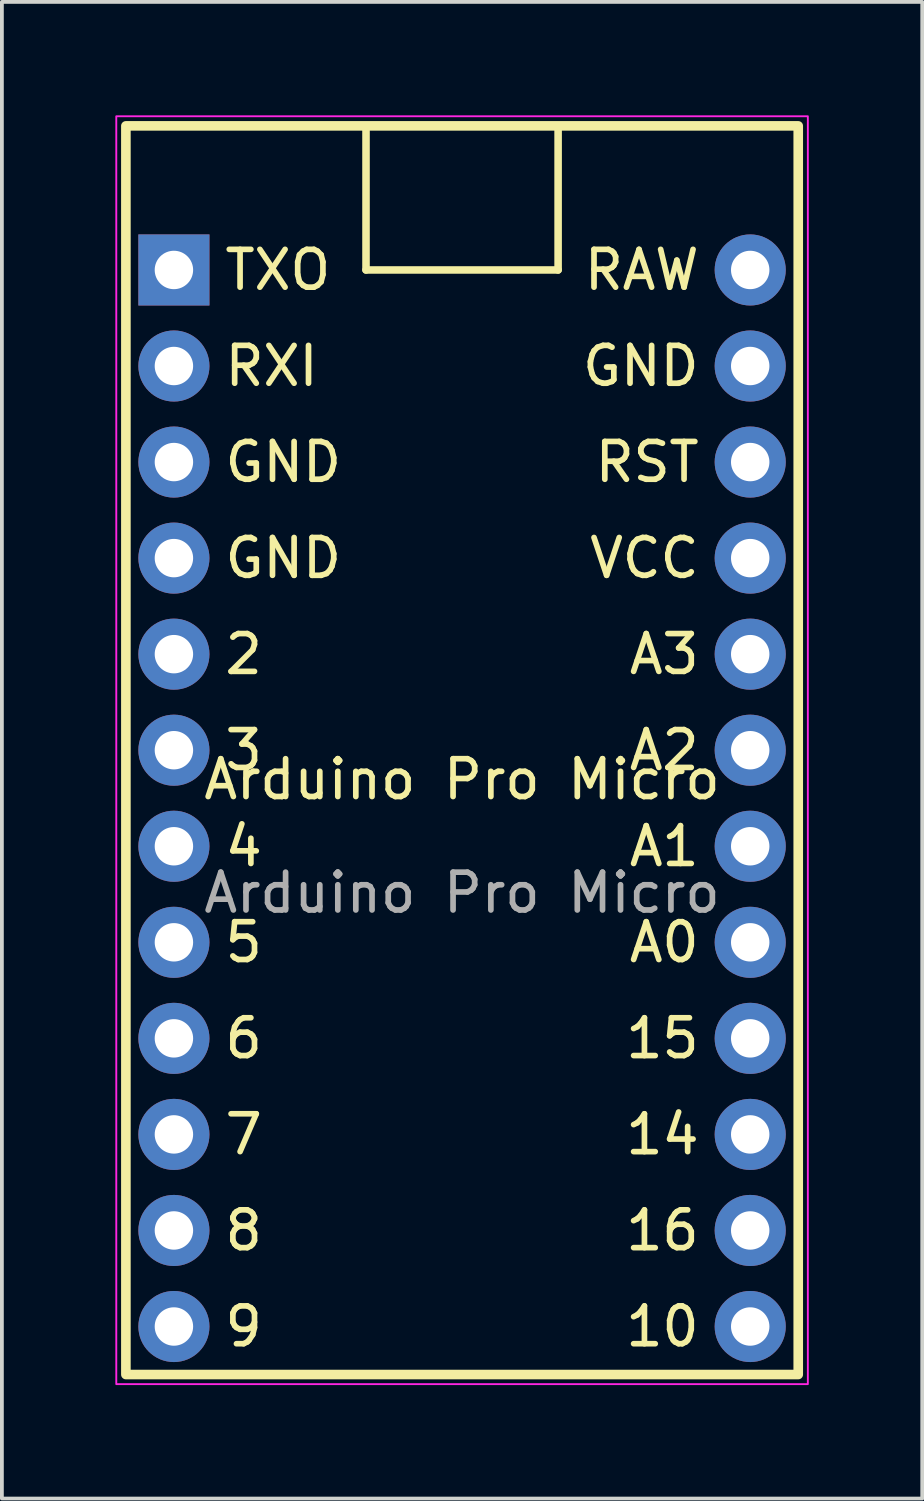
<source format=kicad_pcb>
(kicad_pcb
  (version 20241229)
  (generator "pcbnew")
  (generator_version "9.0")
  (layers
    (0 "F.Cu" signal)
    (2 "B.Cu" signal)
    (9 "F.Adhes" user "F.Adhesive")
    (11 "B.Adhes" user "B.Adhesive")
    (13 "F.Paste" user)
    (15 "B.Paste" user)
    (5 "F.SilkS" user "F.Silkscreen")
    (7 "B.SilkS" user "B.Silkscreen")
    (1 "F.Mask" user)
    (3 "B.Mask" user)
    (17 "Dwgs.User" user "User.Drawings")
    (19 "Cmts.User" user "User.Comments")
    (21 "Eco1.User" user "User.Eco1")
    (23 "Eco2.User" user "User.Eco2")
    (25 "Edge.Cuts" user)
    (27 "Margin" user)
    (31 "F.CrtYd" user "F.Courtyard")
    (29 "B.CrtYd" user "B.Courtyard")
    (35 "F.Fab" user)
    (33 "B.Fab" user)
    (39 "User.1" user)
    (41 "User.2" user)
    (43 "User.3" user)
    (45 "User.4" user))
  (footprint "Arduino Pro Micro"
    (layer "F.Cu")
    (at 9.169 18.059)
    (property "Reference" "Arduino Pro Micro" (at 0 -0.5 0) (unlocked yes) (layer "F.SilkS") (effects (font (size 1 1) (thickness 0.15))))
    (attr through_hole)
    (fp_line (start -2.54 -17.78) (end -2.54 -13.97) (stroke (width 0.2) (type solid)) (layer "F.SilkS"))
    (fp_line (start -2.54 -13.97) (end 2.54 -13.97) (stroke (width 0.2) (type solid)) (layer "F.SilkS"))
    (fp_line (start 2.54 -13.97) (end 2.54 -17.78) (stroke (width 0.2) (type solid)) (layer "F.SilkS"))
    (fp_rect (start -8.89 -17.78) (end 8.89 15.24) (stroke (width 0.254) (type solid)) (fill no) (layer "F.SilkS"))
    (fp_rect (start -9.144 -18.034) (end 9.144 15.494) (stroke (width 0.05) (type solid)) (fill no) (layer "F.CrtYd"))
    (fp_text user "5" (at -6.35 3.81 0) (unlocked yes) (layer "F.SilkS") (effects (font (size 1 1) (thickness 0.15)) (justify left)))
    (fp_text user "10" (at 6.35 13.97 0) (unlocked yes) (layer "F.SilkS") (effects (font (size 1 1) (thickness 0.15)) (justify right)))
    (fp_text user "16" (at 6.35 11.43 0) (unlocked yes) (layer "F.SilkS") (effects (font (size 1 1) (thickness 0.15)) (justify right)))
    (fp_text user "GND" (at -6.35 -8.89 0) (unlocked yes) (layer "F.SilkS") (effects (font (size 1 1) (thickness 0.15)) (justify left)))
    (fp_text user "A1" (at 6.35 1.27 0) (unlocked yes) (layer "F.SilkS") (effects (font (size 1 1) (thickness 0.15)) (justify right)))
    (fp_text user "4" (at -6.35 1.27 0) (unlocked yes) (layer "F.SilkS") (effects (font (size 1 1) (thickness 0.15)) (justify left)))
    (fp_text user "A3" (at 6.35 -3.81 0) (unlocked yes) (layer "F.SilkS") (effects (font (size 1 1) (thickness 0.15)) (justify right)))
    (fp_text user "15" (at 6.35 6.35 0) (unlocked yes) (layer "F.SilkS") (effects (font (size 1 1) (thickness 0.15)) (justify right)))
    (fp_text user "RXI" (at -6.35 -11.43 0) (unlocked yes) (layer "F.SilkS") (effects (font (size 1 1) (thickness 0.15)) (justify left)))
    (fp_text user "TXO" (at -6.35 -13.97 0) (unlocked yes) (layer "F.SilkS") (effects (font (size 1 1) (thickness 0.15)) (justify left)))
    (fp_text user "7" (at -6.35 8.89 0) (unlocked yes) (layer "F.SilkS") (effects (font (size 1 1) (thickness 0.15)) (justify left)))
    (fp_text user "GND" (at -6.35 -6.35 0) (unlocked yes) (layer "F.SilkS") (effects (font (size 1 1) (thickness 0.15)) (justify left)))
    (fp_text user "A0" (at 6.35 3.81 0) (unlocked yes) (layer "F.SilkS") (effects (font (size 1 1) (thickness 0.15)) (justify right)))
    (fp_text user "RAW" (at 6.35 -13.97 0) (unlocked yes) (layer "F.SilkS") (effects (font (size 1 1) (thickness 0.15)) (justify right)))
    (fp_text user "RST" (at 6.35 -8.89 0) (unlocked yes) (layer "F.SilkS") (effects (font (size 1 1) (thickness 0.15)) (justify right)))
    (fp_text user "3" (at -6.35 -1.27 0) (unlocked yes) (layer "F.SilkS") (effects (font (size 1 1) (thickness 0.15)) (justify left)))
    (fp_text user "A2" (at 6.35 -1.27 0) (unlocked yes) (layer "F.SilkS") (effects (font (size 1 1) (thickness 0.15)) (justify right)))
    (fp_text user "2" (at -6.35 -3.81 0) (unlocked yes) (layer "F.SilkS") (effects (font (size 1 1) (thickness 0.15)) (justify left)))
    (fp_text user "6" (at -6.35 6.35 0) (unlocked yes) (layer "F.SilkS") (effects (font (size 1 1) (thickness 0.15)) (justify left)))
    (fp_text user "14" (at 6.35 8.89 0) (unlocked yes) (layer "F.SilkS") (effects (font (size 1 1) (thickness 0.15)) (justify right)))
    (fp_text user "VCC" (at 6.35 -6.35 0) (unlocked yes) (layer "F.SilkS") (effects (font (size 1 1) (thickness 0.15)) (justify right)))
    (fp_text user "GND" (at 6.35 -11.43 0) (unlocked yes) (layer "F.SilkS") (effects (font (size 1 1) (thickness 0.15)) (justify right)))
    (fp_text user "8" (at -6.35 11.43 0) (unlocked yes) (layer "F.SilkS") (effects (font (size 1 1) (thickness 0.15)) (justify left)))
    (fp_text user "9" (at -6.35 13.97 0) (unlocked yes) (layer "F.SilkS") (effects (font (size 1 1) (thickness 0.15)) (justify left)))
    (fp_text user "${REFERENCE}" (at 0 2.5 0) (unlocked yes) (layer "F.Fab") (effects (font (size 1 1) (thickness 0.15))))
    (pad "1" thru_hole rect (at -7.62 -13.97) (size 1.88 1.88) (drill 1.016) (layers "*.Cu" "*.Mask"))
    (pad "2" thru_hole circle (at -7.62 -11.43) (size 1.88 1.88) (drill 1.016) (layers "*.Cu" "*.Mask"))
    (pad "3" thru_hole circle (at -7.62 -8.89) (size 1.88 1.88) (drill 1.016) (layers "*.Cu" "*.Mask"))
    (pad "4" thru_hole circle (at -7.62 -6.35) (size 1.88 1.88) (drill 1.016) (layers "*.Cu" "*.Mask"))
    (pad "5" thru_hole circle (at -7.62 -3.81) (size 1.88 1.88) (drill 1.016) (layers "*.Cu" "*.Mask"))
    (pad "6" thru_hole circle (at -7.62 -1.27) (size 1.88 1.88) (drill 1.016) (layers "*.Cu" "*.Mask"))
    (pad "7" thru_hole circle (at -7.62 1.27) (size 1.88 1.88) (drill 1.016) (layers "*.Cu" "*.Mask"))
    (pad "8" thru_hole circle (at -7.62 3.81) (size 1.88 1.88) (drill 1.016) (layers "*.Cu" "*.Mask"))
    (pad "9" thru_hole circle (at -7.62 6.35) (size 1.88 1.88) (drill 1.016) (layers "*.Cu" "*.Mask"))
    (pad "10" thru_hole circle (at -7.62 8.89) (size 1.88 1.88) (drill 1.016) (layers "*.Cu" "*.Mask"))
    (pad "11" thru_hole circle (at -7.62 11.43) (size 1.88 1.88) (drill 1.016) (layers "*.Cu" "*.Mask"))
    (pad "12" thru_hole circle (at -7.62 13.97) (size 1.88 1.88) (drill 1.016) (layers "*.Cu" "*.Mask"))
    (pad "13" thru_hole circle (at 7.62 13.97) (size 1.88 1.88) (drill 1.016) (layers "*.Cu" "*.Mask"))
    (pad "14" thru_hole circle (at 7.62 11.43) (size 1.88 1.88) (drill 1.016) (layers "*.Cu" "*.Mask"))
    (pad "15" thru_hole circle (at 7.62 8.89) (size 1.88 1.88) (drill 1.016) (layers "*.Cu" "*.Mask"))
    (pad "16" thru_hole circle (at 7.62 6.35) (size 1.88 1.88) (drill 1.016) (layers "*.Cu" "*.Mask"))
    (pad "17" thru_hole circle (at 7.62 3.81) (size 1.88 1.88) (drill 1.016) (layers "*.Cu" "*.Mask"))
    (pad "18" thru_hole circle (at 7.62 1.27) (size 1.88 1.88) (drill 1.016) (layers "*.Cu" "*.Mask"))
    (pad "19" thru_hole circle (at 7.62 -1.27) (size 1.88 1.88) (drill 1.016) (layers "*.Cu" "*.Mask"))
    (pad "20" thru_hole circle (at 7.62 -3.81) (size 1.88 1.88) (drill 1.016) (layers "*.Cu" "*.Mask"))
    (pad "21" thru_hole circle (at 7.62 -6.35) (size 1.88 1.88) (drill 1.016) (layers "*.Cu" "*.Mask"))
    (pad "22" thru_hole circle (at 7.62 -8.89) (size 1.88 1.88) (drill 1.016) (layers "*.Cu" "*.Mask"))
    (pad "23" thru_hole circle (at 7.62 -11.43) (size 1.88 1.88) (drill 1.016) (layers "*.Cu" "*.Mask"))
    (pad "24" thru_hole circle (at 7.62 -13.97) (size 1.88 1.88) (drill 1.016) (layers "*.Cu" "*.Mask")))
  (gr_rect
    (start -3 -3)
    (end 21.338 36.578)
    (stroke (width 0.1) (type default))
    (fill no)
    (layer "Edge.Cuts")))
</source>
